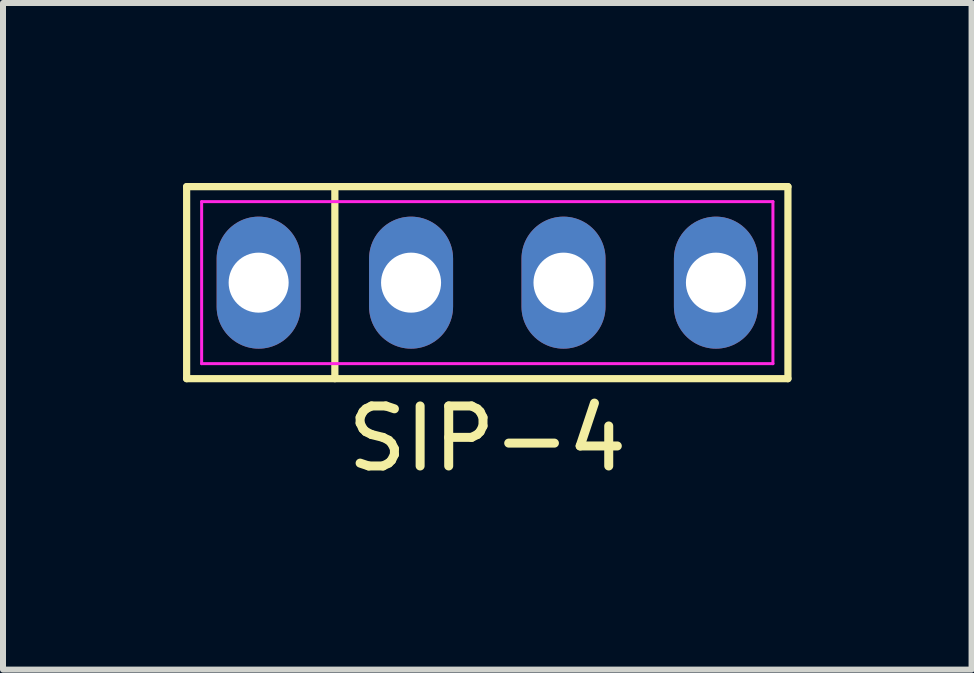
<source format=kicad_pcb>
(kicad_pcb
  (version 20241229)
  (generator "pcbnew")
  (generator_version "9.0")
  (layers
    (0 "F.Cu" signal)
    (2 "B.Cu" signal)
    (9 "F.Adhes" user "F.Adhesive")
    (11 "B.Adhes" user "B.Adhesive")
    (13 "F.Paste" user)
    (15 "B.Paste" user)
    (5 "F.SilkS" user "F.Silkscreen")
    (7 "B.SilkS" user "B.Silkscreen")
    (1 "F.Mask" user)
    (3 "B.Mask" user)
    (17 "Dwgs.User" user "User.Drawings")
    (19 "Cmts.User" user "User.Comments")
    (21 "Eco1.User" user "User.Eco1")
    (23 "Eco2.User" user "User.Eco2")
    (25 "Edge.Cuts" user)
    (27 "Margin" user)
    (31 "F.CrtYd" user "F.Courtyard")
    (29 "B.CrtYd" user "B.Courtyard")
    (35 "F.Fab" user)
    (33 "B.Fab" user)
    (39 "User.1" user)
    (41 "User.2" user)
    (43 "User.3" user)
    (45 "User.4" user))
  (footprint "SIP-4"
    (layer "F.Cu")
    (at 5.07 1.66)
    (property "Reference" "SIP-4" (at 0 2.6 0) (layer "F.SilkS") (effects (font (size 1 1) (thickness 0.15))))
    (attr through_hole)
    (fp_line (start -5.01 -1.6) (end 5.01 -1.6) (stroke (width 0.12) (type solid)) (layer "F.SilkS"))
    (fp_line (start -5.01 1.6) (end -5.01 -1.6) (stroke (width 0.12) (type solid)) (layer "F.SilkS"))
    (fp_line (start -2.54 -1.6) (end -2.54 1.6) (stroke (width 0.12) (type solid)) (layer "F.SilkS"))
    (fp_line (start 5.01 -1.6) (end 5.01 1.6) (stroke (width 0.12) (type solid)) (layer "F.SilkS"))
    (fp_line (start 5.01 1.6) (end -5.01 1.6) (stroke (width 0.12) (type solid)) (layer "F.SilkS"))
    (fp_line (start -4.76 -1.35) (end 4.76 -1.35) (stroke (width 0.05) (type solid)) (layer "F.CrtYd"))
    (fp_line (start -4.76 1.35) (end -4.76 -1.35) (stroke (width 0.05) (type solid)) (layer "F.CrtYd"))
    (fp_line (start 4.76 -1.35) (end 4.76 1.35) (stroke (width 0.05) (type solid)) (layer "F.CrtYd"))
    (fp_line (start 4.76 1.35) (end -4.76 1.35) (stroke (width 0.05) (type solid)) (layer "F.CrtYd"))
    (pad "1" thru_hole oval (at -3.81 0) (size 1.4 2.2) (drill 1) (layers "*.Cu" "*.Mask"))
    (pad "2" thru_hole oval (at -1.27 0) (size 1.4 2.2) (drill 1) (layers "*.Cu" "*.Mask"))
    (pad "3" thru_hole oval (at 1.27 0) (size 1.4 2.2) (drill 1) (layers "*.Cu" "*.Mask"))
    (pad "4" thru_hole oval (at 3.81 0) (size 1.4 2.2) (drill 1) (layers "*.Cu" "*.Mask")))
  (gr_rect
    (start -3 -3)
    (end 13.14 8.108)
    (stroke (width 0.1) (type default))
    (fill no)
    (layer "Edge.Cuts")))
</source>
